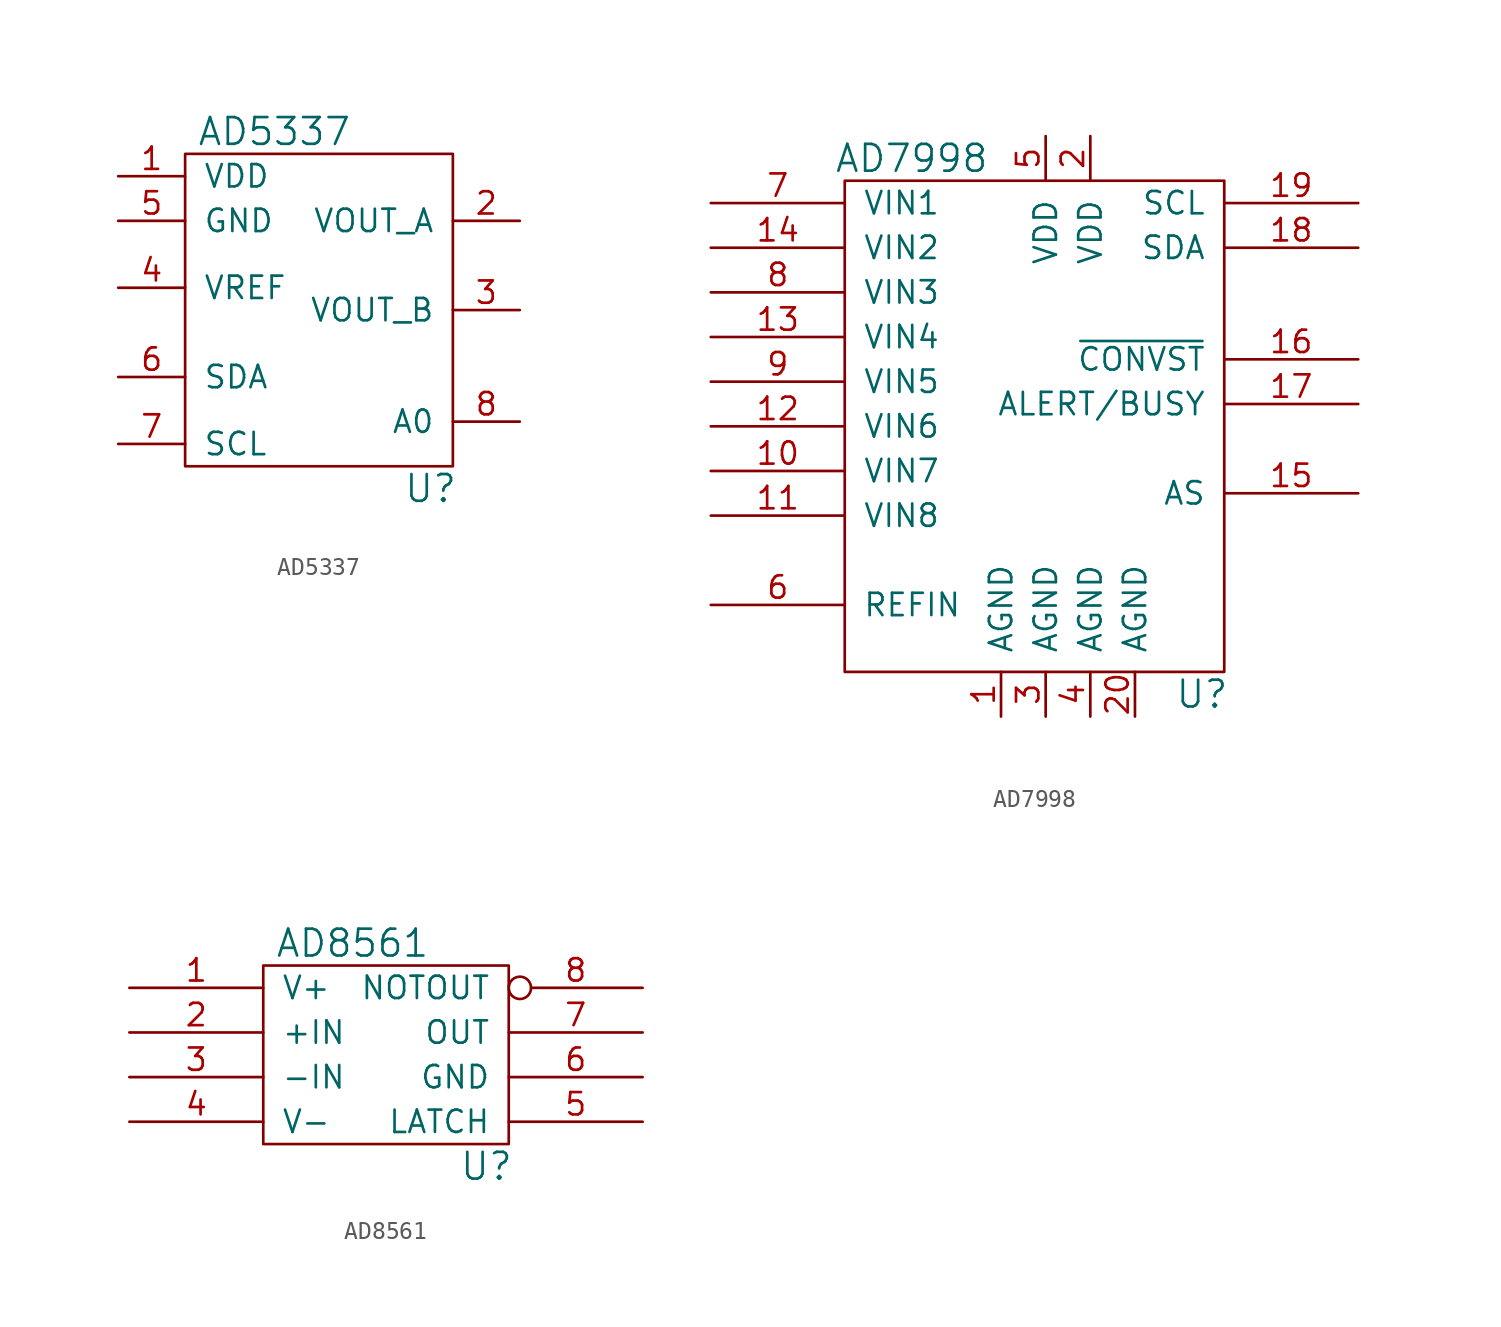
<source format=kicad_sym>
(kicad_symbol_lib
  (version 20211014)
  (generator kicad_symbol_editor)
  (symbol "AD5337"
    (pin_names
      (offset 1.016))
    (property "Reference" "U"
      (at 6.35 -11.43 0)
      (effects (font (size 1.524 1.524))))
    (property "Value" "AD5337"
      (at -2.54 8.89 0)
      (effects (font (size 1.524 1.524))))
    (property "Footprint" ""
      (at -6.35 6.35 0)
      (effects (font (size 1.524 1.524))))
    (property "Datasheet" ""
      (at -6.35 6.35 0)
      (effects (font (size 1.524 1.524))))
    (symbol "AD5337_0_1"
      (rectangle (start 7.62 7.62) (end -7.62 -10.16) (stroke (width 0) (type default) (color 0 0 0 0)) (fill (type none)))
      (pin input line (at 11.43 -1.27 180) (length 3.81) (name "VOUT_B" (effects (font (size 1.27 1.27)))) (number "3" (effects (font (size 1.27 1.27))))))
    (symbol "AD5337_1_1"
      (pin input line (at -11.43 6.35 0) (length 3.81) (name "VDD" (effects (font (size 1.27 1.27)))) (number "1" (effects (font (size 1.27 1.27)))))
      (pin input line (at 11.43 3.81 180) (length 3.81) (name "VOUT_A" (effects (font (size 1.27 1.27)))) (number "2" (effects (font (size 1.27 1.27)))))
      (pin input line (at -11.43 0 0) (length 3.81) (name "VREF" (effects (font (size 1.27 1.27)))) (number "4" (effects (font (size 1.27 1.27)))))
      (pin input line (at -11.43 3.81 0) (length 3.81) (name "GND" (effects (font (size 1.27 1.27)))) (number "5" (effects (font (size 1.27 1.27)))))
      (pin input line (at -11.43 -5.08 0) (length 3.81) (name "SDA" (effects (font (size 1.27 1.27)))) (number "6" (effects (font (size 1.27 1.27)))))
      (pin input line (at -11.43 -8.89 0) (length 3.81) (name "SCL" (effects (font (size 1.27 1.27)))) (number "7" (effects (font (size 1.27 1.27)))))
      (pin input line (at 11.43 -7.62 180) (length 3.81) (name "A0" (effects (font (size 1.27 1.27)))) (number "8" (effects (font (size 1.27 1.27)))))))
  (symbol "AD7998"
    (pin_names
      (offset 1.016))
    (property "Reference" "U"
      (at 17.78 -26.67 0)
      (effects (font (size 1.524 1.524))))
    (property "Value" "AD7998"
      (at 1.27 3.81 0)
      (effects (font (size 1.524 1.524))))
    (property "Footprint" ""
      (at 26.67 -8.89 0)
      (effects (font (size 1.524 1.524))))
    (property "Datasheet" ""
      (at 26.67 -8.89 0)
      (effects (font (size 1.524 1.524))))
    (symbol "AD7998_0_1"
      (rectangle (start -2.54 2.54) (end 19.05 -25.4) (stroke (width 0) (type default) (color 0 0 0 0)) (fill (type none))))
    (symbol "AD7998_1_1"
      (pin input line (at 6.35 -27.94 90) (length 2.54) (name "AGND" (effects (font (size 1.27 1.27)))) (number "1" (effects (font (size 1.27 1.27)))))
      (pin input line (at -10.16 -13.97 0) (length 7.62) (name "VIN7" (effects (font (size 1.27 1.27)))) (number "10" (effects (font (size 1.27 1.27)))))
      (pin input line (at -10.16 -16.51 0) (length 7.62) (name "VIN8" (effects (font (size 1.27 1.27)))) (number "11" (effects (font (size 1.27 1.27)))))
      (pin input line (at -10.16 -11.43 0) (length 7.62) (name "VIN6" (effects (font (size 1.27 1.27)))) (number "12" (effects (font (size 1.27 1.27)))))
      (pin input line (at -10.16 -6.35 0) (length 7.62) (name "VIN4" (effects (font (size 1.27 1.27)))) (number "13" (effects (font (size 1.27 1.27)))))
      (pin input line (at -10.16 -1.27 0) (length 7.62) (name "VIN2" (effects (font (size 1.27 1.27)))) (number "14" (effects (font (size 1.27 1.27)))))
      (pin input line (at 26.67 -15.24 180) (length 7.62) (name "AS" (effects (font (size 1.27 1.27)))) (number "15" (effects (font (size 1.27 1.27)))))
      (pin input line (at 26.67 -7.62 180) (length 7.62) (name "~{CONVST}" (effects (font (size 1.27 1.27)))) (number "16" (effects (font (size 1.27 1.27)))))
      (pin input line (at 26.67 -10.16 180) (length 7.62) (name "ALERT/BUSY" (effects (font (size 1.27 1.27)))) (number "17" (effects (font (size 1.27 1.27)))))
      (pin input line (at 26.67 -1.27 180) (length 7.62) (name "SDA" (effects (font (size 1.27 1.27)))) (number "18" (effects (font (size 1.27 1.27)))))
      (pin input line (at 26.67 1.27 180) (length 7.62) (name "SCL" (effects (font (size 1.27 1.27)))) (number "19" (effects (font (size 1.27 1.27)))))
      (pin input line (at 11.43 5.08 270) (length 2.54) (name "VDD" (effects (font (size 1.27 1.27)))) (number "2" (effects (font (size 1.27 1.27)))))
      (pin input line (at 13.97 -27.94 90) (length 2.54) (name "AGND" (effects (font (size 1.27 1.27)))) (number "20" (effects (font (size 1.27 1.27)))))
      (pin input line (at 8.89 -27.94 90) (length 2.54) (name "AGND" (effects (font (size 1.27 1.27)))) (number "3" (effects (font (size 1.27 1.27)))))
      (pin input line (at 11.43 -27.94 90) (length 2.54) (name "AGND" (effects (font (size 1.27 1.27)))) (number "4" (effects (font (size 1.27 1.27)))))
      (pin input line (at 8.89 5.08 270) (length 2.54) (name "VDD" (effects (font (size 1.27 1.27)))) (number "5" (effects (font (size 1.27 1.27)))))
      (pin input line (at -10.16 -21.59 0) (length 7.62) (name "REFIN" (effects (font (size 1.27 1.27)))) (number "6" (effects (font (size 1.27 1.27)))))
      (pin input line (at -10.16 1.27 0) (length 7.62) (name "VIN1" (effects (font (size 1.27 1.27)))) (number "7" (effects (font (size 1.27 1.27)))))
      (pin input line (at -10.16 -3.81 0) (length 7.62) (name "VIN3" (effects (font (size 1.27 1.27)))) (number "8" (effects (font (size 1.27 1.27)))))
      (pin input line (at -10.16 -8.89 0) (length 7.62) (name "VIN5" (effects (font (size 1.27 1.27)))) (number "9" (effects (font (size 1.27 1.27)))))))
  (symbol "AD8561"
    (pin_names
      (offset 1.016))
    (property "Reference" "U"
      (at 6.35 -3.81 0)
      (effects (font (size 1.524 1.524))))
    (property "Value" "AD8561"
      (at -1.27 8.89 0)
      (effects (font (size 1.524 1.524))))
    (property "Footprint" ""
      (at 0 0 0)
      (effects (font (size 1.524 1.524))))
    (property "Datasheet" ""
      (at 0 0 0)
      (effects (font (size 1.524 1.524))))
    (symbol "AD8561_0_1"
      (rectangle (start -6.35 7.62) (end 7.62 -2.54) (stroke (width 0) (type default) (color 0 0 0 0)) (fill (type none))))
    (symbol "AD8561_1_1"
      (pin power_in line (at -13.97 6.35 0) (length 7.62) (name "V+" (effects (font (size 1.27 1.27)))) (number "1" (effects (font (size 1.27 1.27)))))
      (pin input line (at -13.97 3.81 0) (length 7.62) (name "+IN" (effects (font (size 1.27 1.27)))) (number "2" (effects (font (size 1.27 1.27)))))
      (pin input line (at -13.97 1.27 0) (length 7.62) (name "-IN" (effects (font (size 1.27 1.27)))) (number "3" (effects (font (size 1.27 1.27)))))
      (pin power_in line (at -13.97 -1.27 0) (length 7.62) (name "V-" (effects (font (size 1.27 1.27)))) (number "4" (effects (font (size 1.27 1.27)))))
      (pin input line (at 15.24 -1.27 180) (length 7.62) (name "LATCH" (effects (font (size 1.27 1.27)))) (number "5" (effects (font (size 1.27 1.27)))))
      (pin power_out line (at 15.24 1.27 180) (length 7.62) (name "GND" (effects (font (size 1.27 1.27)))) (number "6" (effects (font (size 1.27 1.27)))))
      (pin output line (at 15.24 3.81 180) (length 7.62) (name "OUT" (effects (font (size 1.27 1.27)))) (number "7" (effects (font (size 1.27 1.27)))))
      (pin output inverted (at 15.24 6.35 180) (length 7.62) (name "NOTOUT" (effects (font (size 1.27 1.27)))) (number "8" (effects (font (size 1.27 1.27))))))))
</source>
